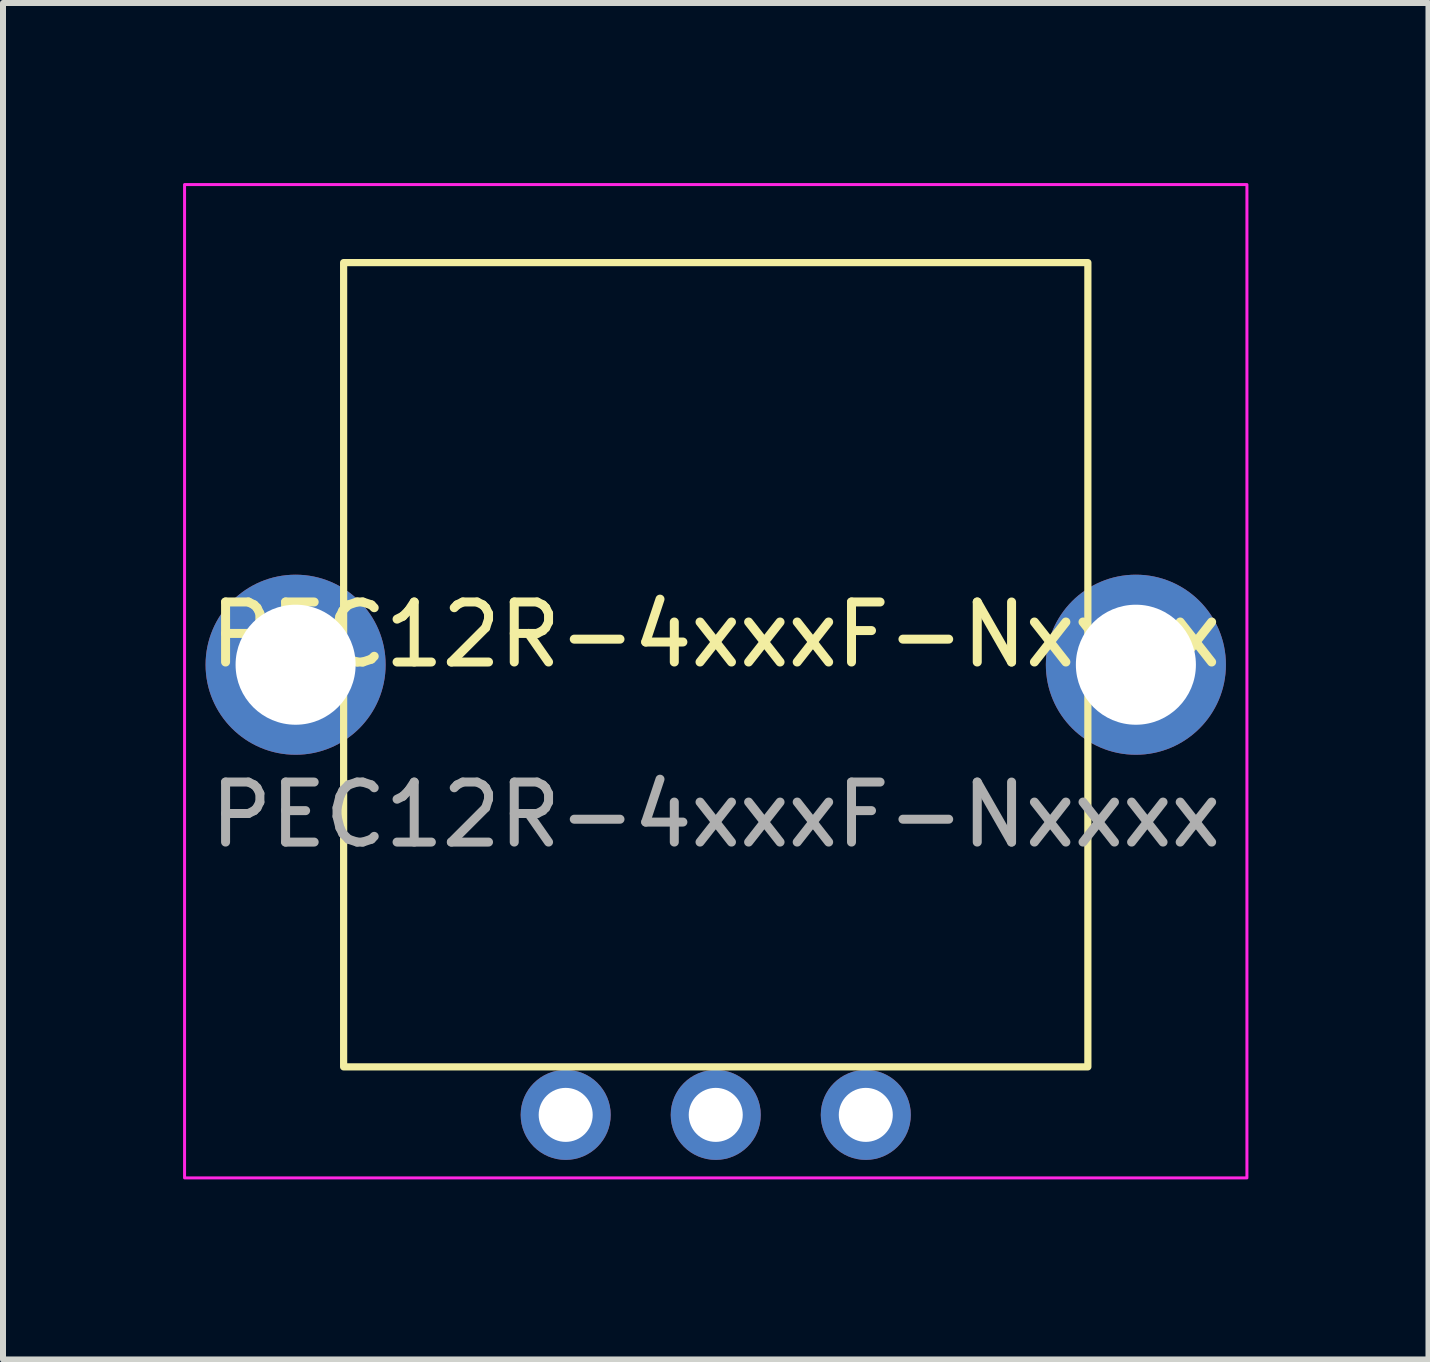
<source format=kicad_pcb>
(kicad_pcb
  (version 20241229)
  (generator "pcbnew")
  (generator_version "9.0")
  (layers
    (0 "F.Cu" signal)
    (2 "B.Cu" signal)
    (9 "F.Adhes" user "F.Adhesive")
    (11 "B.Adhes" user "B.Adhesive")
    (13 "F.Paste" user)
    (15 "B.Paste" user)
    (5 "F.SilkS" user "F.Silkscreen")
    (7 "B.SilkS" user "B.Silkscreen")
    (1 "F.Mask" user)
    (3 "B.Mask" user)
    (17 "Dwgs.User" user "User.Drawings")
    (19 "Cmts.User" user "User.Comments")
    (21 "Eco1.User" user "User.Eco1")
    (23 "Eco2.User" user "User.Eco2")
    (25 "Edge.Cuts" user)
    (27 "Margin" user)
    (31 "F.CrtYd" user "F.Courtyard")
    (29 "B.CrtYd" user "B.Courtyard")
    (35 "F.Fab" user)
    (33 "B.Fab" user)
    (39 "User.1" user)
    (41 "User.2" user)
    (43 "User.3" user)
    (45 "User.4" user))
  (footprint "PEC12R-4xxxF-Nxxxx"
    (layer "F.Cu")
    (at 8.875 8.025)
    (property "Reference" "PEC12R-4xxxF-Nxxxx" (at 0 -0.5 0) (unlocked yes) (layer "F.SilkS") (effects (font (size 1 1) (thickness 0.15))))
    (attr through_hole)
    (fp_rect (start -6.2 -6.7) (end 6.2 6.7) (stroke (width 0.12) (type default)) (fill no) (layer "F.SilkS"))
    (fp_rect (start -8.85 -8) (end 8.85 8.55) (stroke (width 0.05) (type default)) (fill no) (layer "F.CrtYd"))
    (fp_text user "${REFERENCE}" (at 0 2.5 0) (unlocked yes) (layer "F.Fab") (effects (font (size 1 1) (thickness 0.15))))
    (pad "" thru_hole circle (at -7 0) (size 3 3) (drill 2) (layers "*.Cu" "*.Mask"))
    (pad "" thru_hole circle (at 7 0) (size 3 3) (drill 2) (layers "*.Cu" "*.Mask"))
    (pad "A" thru_hole circle (at -2.5 7.5) (size 1.5 1.5) (drill 0.9) (layers "*.Cu" "*.Mask"))
    (pad "B" thru_hole circle (at 2.5 7.5) (size 1.5 1.5) (drill 0.9) (layers "*.Cu" "*.Mask"))
    (pad "C" thru_hole circle (at 0 7.5) (size 1.5 1.5) (drill 0.9) (layers "*.Cu" "*.Mask")))
  (gr_rect
    (start -3 -3)
    (end 20.75 19.6)
    (stroke (width 0.1) (type default))
    (fill no)
    (layer "Edge.Cuts")))
</source>
